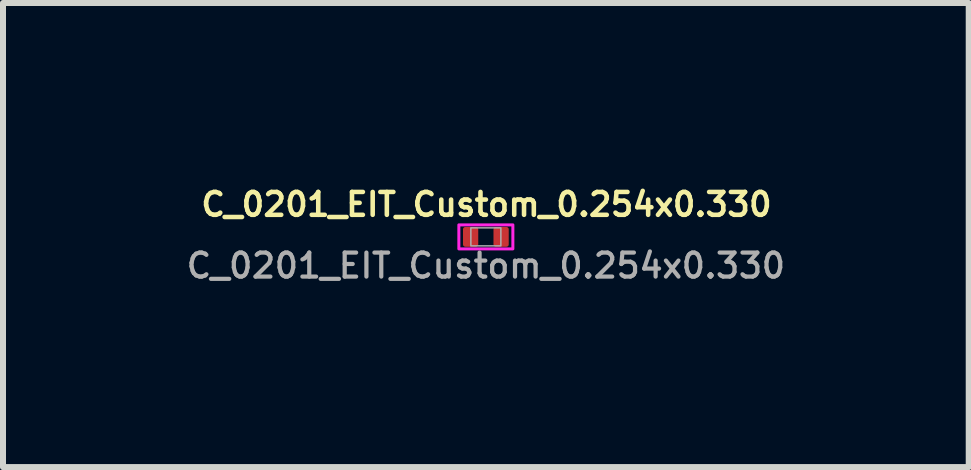
<source format=kicad_pcb>
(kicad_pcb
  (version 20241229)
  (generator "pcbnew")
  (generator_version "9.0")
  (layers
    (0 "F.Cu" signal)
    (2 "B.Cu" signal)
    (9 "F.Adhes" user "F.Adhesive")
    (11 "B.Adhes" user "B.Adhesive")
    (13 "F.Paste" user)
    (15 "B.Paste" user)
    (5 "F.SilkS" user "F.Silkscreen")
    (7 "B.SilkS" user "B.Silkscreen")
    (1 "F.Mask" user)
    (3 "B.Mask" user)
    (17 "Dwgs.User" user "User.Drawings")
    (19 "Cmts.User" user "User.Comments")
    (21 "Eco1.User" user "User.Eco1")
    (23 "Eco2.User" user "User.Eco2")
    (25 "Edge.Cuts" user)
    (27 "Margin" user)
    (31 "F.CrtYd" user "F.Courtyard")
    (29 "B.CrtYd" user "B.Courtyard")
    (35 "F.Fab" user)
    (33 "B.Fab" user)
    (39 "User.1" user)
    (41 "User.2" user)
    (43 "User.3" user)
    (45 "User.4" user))
  (footprint "C_0201_EIT_Custom_0.254x0.330"
    (layer "F.Cu")
    (at 5.046 0.897)
    (property "Reference" "C_0201_EIT_Custom_0.254x0.330" (at 0.01 -0.54 0) (unlocked yes) (layer "F.SilkS") (effects (font (size 0.381 0.381) (thickness 0.076))))
    (attr smd)
    (fp_rect (start -0.45 -0.2) (end 0.45 0.2) (stroke (width 0.05) (type default)) (fill no) (layer "F.CrtYd"))
    (fp_rect (start -0.25 -0.15) (end 0.25 0.15) (stroke (width 0.025) (type default)) (fill no) (layer "F.Fab"))
    (fp_text user "${REFERENCE}" (at 0 0.48 0) (unlocked yes) (layer "F.Fab") (effects (font (size 0.4 0.4) (thickness 0.07) (bold yes))))
    (pad "1" smd roundrect (at 0.254 0) (size 0.254 0.33) (layers "F.Cu" "F.Mask" "F.Paste") (roundrect_rratio 0.15))
    (pad "2" smd roundrect (at -0.254 0) (size 0.254 0.33) (layers "F.Cu" "F.Mask" "F.Paste") (roundrect_rratio 0.15)))
  (gr_rect
    (start -3 -3)
    (end 13.092 4.733)
    (stroke (width 0.1) (type default))
    (fill no)
    (layer "Edge.Cuts")))
</source>
